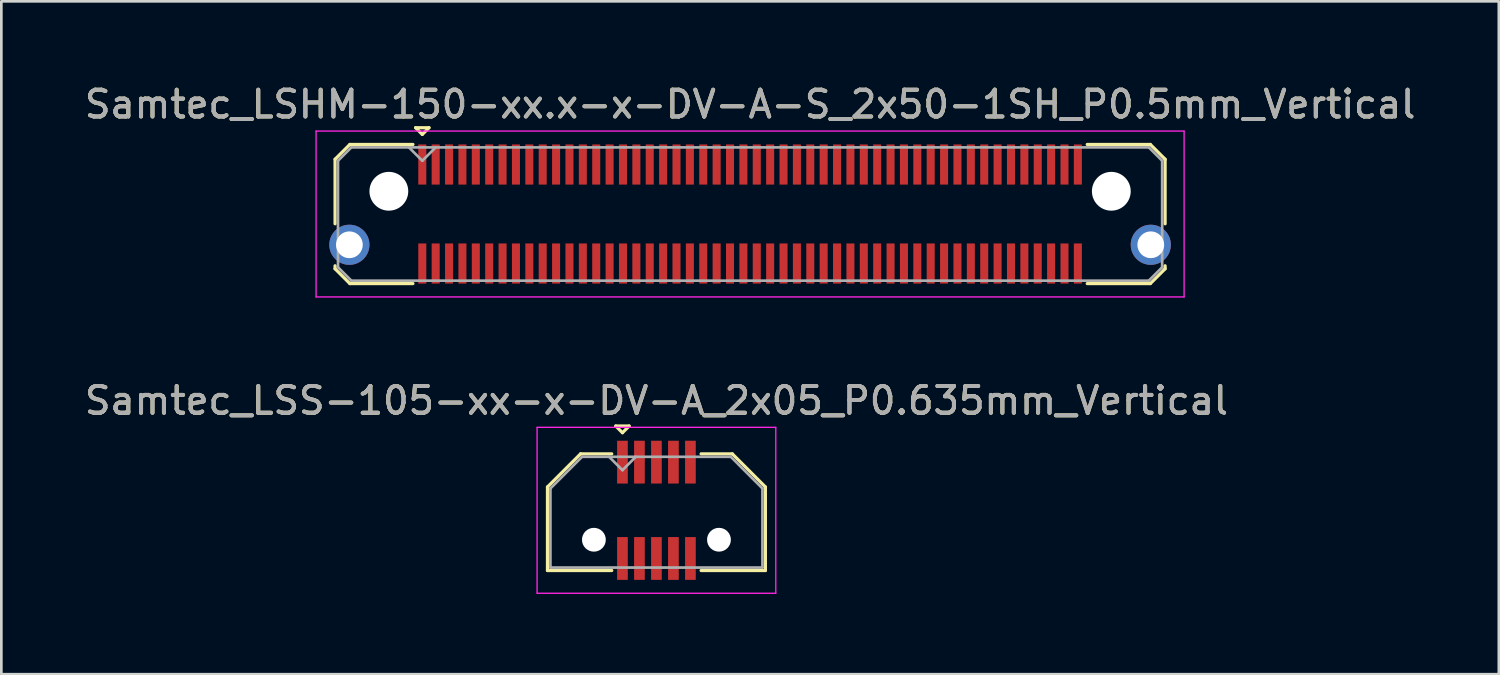
<source format=kicad_pcb>
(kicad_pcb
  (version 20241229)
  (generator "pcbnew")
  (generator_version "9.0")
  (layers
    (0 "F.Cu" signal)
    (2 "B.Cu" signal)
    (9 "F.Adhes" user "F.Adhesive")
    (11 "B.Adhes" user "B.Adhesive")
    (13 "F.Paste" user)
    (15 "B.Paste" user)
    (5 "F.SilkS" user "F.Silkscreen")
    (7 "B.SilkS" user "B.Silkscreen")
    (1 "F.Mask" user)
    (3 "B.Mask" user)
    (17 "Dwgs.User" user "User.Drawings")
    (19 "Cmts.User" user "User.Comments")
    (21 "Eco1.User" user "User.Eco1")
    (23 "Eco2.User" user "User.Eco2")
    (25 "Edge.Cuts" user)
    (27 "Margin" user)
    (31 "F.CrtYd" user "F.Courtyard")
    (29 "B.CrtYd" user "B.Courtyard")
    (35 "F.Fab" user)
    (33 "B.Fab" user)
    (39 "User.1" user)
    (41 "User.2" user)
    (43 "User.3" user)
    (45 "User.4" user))
  (footprint "Samtec_LSS-105-xx-x-DV-A_2x05_P0.635mm_Vertical"
    (layer "F.Cu")
    (at 21.482 16.021)
    (property "Reference" "Samtec_LSS-105-xx-x-DV-A_2x05_P0.635mm_Vertical" (at 0 -4.1 0) (layer "F.SilkS") (effects (font (size 1 1) (thickness 0.15))))
    (attr smd)
    (fp_line (start -4.072 -0.872) (end -4.072 2.25) (stroke (width 0.12) (type solid)) (layer "F.SilkS"))
    (fp_line (start -4.072 2.25) (end -1.67 2.25) (stroke (width 0.12) (type solid)) (layer "F.SilkS"))
    (fp_line (start -2.835 -2.11) (end -4.072 -0.872) (stroke (width 0.12) (type solid)) (layer "F.SilkS"))
    (fp_line (start -1.67 -2.11) (end -2.835 -2.11) (stroke (width 0.12) (type solid)) (layer "F.SilkS"))
    (fp_line (start -1.52 -3.15) (end -1.02 -3.15) (stroke (width 0.12) (type solid)) (layer "F.SilkS"))
    (fp_line (start -1.27 -2.9) (end -1.52 -3.15) (stroke (width 0.12) (type solid)) (layer "F.SilkS"))
    (fp_line (start -1.02 -3.15) (end -1.27 -2.9) (stroke (width 0.12) (type solid)) (layer "F.SilkS"))
    (fp_line (start 1.67 -2.11) (end 2.835 -2.11) (stroke (width 0.12) (type solid)) (layer "F.SilkS"))
    (fp_line (start 2.835 -2.11) (end 4.072 -0.872) (stroke (width 0.12) (type solid)) (layer "F.SilkS"))
    (fp_line (start 4.072 -0.872) (end 4.072 2.25) (stroke (width 0.12) (type solid)) (layer "F.SilkS"))
    (fp_line (start 4.072 2.25) (end 1.67 2.25) (stroke (width 0.12) (type solid)) (layer "F.SilkS"))
    (fp_line (start -4.46 -3.1) (end -4.46 3.1) (stroke (width 0.05) (type solid)) (layer "F.CrtYd"))
    (fp_line (start -4.46 3.1) (end 4.46 3.1) (stroke (width 0.05) (type solid)) (layer "F.CrtYd"))
    (fp_line (start 4.46 -3.1) (end -4.46 -3.1) (stroke (width 0.05) (type solid)) (layer "F.CrtYd"))
    (fp_line (start 4.46 3.1) (end 4.46 -3.1) (stroke (width 0.05) (type solid)) (layer "F.CrtYd"))
    (fp_line (start -3.962 -0.817) (end -3.962 2.14) (stroke (width 0.1) (type solid)) (layer "F.Fab"))
    (fp_line (start -3.962 2.14) (end 3.962 2.14) (stroke (width 0.1) (type solid)) (layer "F.Fab"))
    (fp_line (start -2.78 -2) (end -3.962 -0.817) (stroke (width 0.1) (type solid)) (layer "F.Fab"))
    (fp_line (start -1.27 -1.5) (end -1.77 -2) (stroke (width 0.1) (type solid)) (layer "F.Fab"))
    (fp_line (start -0.77 -2) (end -1.27 -1.5) (stroke (width 0.1) (type solid)) (layer "F.Fab"))
    (fp_line (start 2.78 -2) (end -2.78 -2) (stroke (width 0.1) (type solid)) (layer "F.Fab"))
    (fp_line (start 3.962 -0.817) (end 2.78 -2) (stroke (width 0.1) (type solid)) (layer "F.Fab"))
    (fp_line (start 3.962 2.14) (end 3.962 -0.817) (stroke (width 0.1) (type solid)) (layer "F.Fab"))
    (fp_text user "${REFERENCE}" (at 0 -4.1 0) (layer "F.Fab") (effects (font (size 1 1) (thickness 0.15))))
    (pad "" np_thru_hole circle (at -2.337 1.1) (size 0.89 0.89) (drill 0.89) (layers "*.Cu" "*.Mask"))
    (pad "" np_thru_hole circle (at 2.337 1.1) (size 0.89 0.89) (drill 0.89) (layers "*.Cu" "*.Mask"))
    (pad "1" smd rect (at -1.27 -1.8) (size 0.4 1.6) (layers "F.Cu" "F.Mask" "F.Paste"))
    (pad "2" smd rect (at -1.27 1.8) (size 0.4 1.6) (layers "F.Cu" "F.Mask" "F.Paste"))
    (pad "3" smd rect (at -0.635 -1.8) (size 0.4 1.6) (layers "F.Cu" "F.Mask" "F.Paste"))
    (pad "4" smd rect (at -0.635 1.8) (size 0.4 1.6) (layers "F.Cu" "F.Mask" "F.Paste"))
    (pad "5" smd rect (at 0 -1.8) (size 0.4 1.6) (layers "F.Cu" "F.Mask" "F.Paste"))
    (pad "6" smd rect (at 0 1.8) (size 0.4 1.6) (layers "F.Cu" "F.Mask" "F.Paste"))
    (pad "7" smd rect (at 0.635 -1.8) (size 0.4 1.6) (layers "F.Cu" "F.Mask" "F.Paste"))
    (pad "8" smd rect (at 0.635 1.8) (size 0.4 1.6) (layers "F.Cu" "F.Mask" "F.Paste"))
    (pad "9" smd rect (at 1.27 -1.8) (size 0.4 1.6) (layers "F.Cu" "F.Mask" "F.Paste"))
    (pad "10" smd rect (at 1.27 1.8) (size 0.4 1.6) (layers "F.Cu" "F.Mask" "F.Paste")))
  (footprint "Samtec_LSHM-150-xx.x-x-DV-A-S_2x50-1SH_P0.5mm_Vertical"
    (layer "F.Cu")
    (at 24.982 4.948)
    (property "Reference" "Samtec_LSHM-150-xx.x-x-DV-A-S_2x50-1SH_P0.5mm_Vertical" (at 0 -4.1 0) (layer "F.SilkS") (effects (font (size 1 1) (thickness 0.15))))
    (attr smd)
    (fp_line (start -15.51 -2.047) (end -15.51 0.365) (stroke (width 0.12) (type solid)) (layer "F.SilkS"))
    (fp_line (start -15.51 1.935) (end -15.51 2.047) (stroke (width 0.12) (type solid)) (layer "F.SilkS"))
    (fp_line (start -15.51 2.047) (end -14.957 2.6) (stroke (width 0.12) (type solid)) (layer "F.SilkS"))
    (fp_line (start -14.957 -2.6) (end -15.51 -2.047) (stroke (width 0.12) (type solid)) (layer "F.SilkS"))
    (fp_line (start -14.957 2.6) (end -12.6 2.6) (stroke (width 0.12) (type solid)) (layer "F.SilkS"))
    (fp_line (start -12.6 -2.6) (end -14.957 -2.6) (stroke (width 0.12) (type solid)) (layer "F.SilkS"))
    (fp_line (start -12.5 -3.225) (end -12 -3.225) (stroke (width 0.12) (type solid)) (layer "F.SilkS"))
    (fp_line (start -12.25 -2.975) (end -12.5 -3.225) (stroke (width 0.12) (type solid)) (layer "F.SilkS"))
    (fp_line (start -12 -3.225) (end -12.25 -2.975) (stroke (width 0.12) (type solid)) (layer "F.SilkS"))
    (fp_line (start 12.6 -2.6) (end 14.957 -2.6) (stroke (width 0.12) (type solid)) (layer "F.SilkS"))
    (fp_line (start 14.957 -2.6) (end 15.51 -2.047) (stroke (width 0.12) (type solid)) (layer "F.SilkS"))
    (fp_line (start 14.957 2.6) (end 12.6 2.6) (stroke (width 0.12) (type solid)) (layer "F.SilkS"))
    (fp_line (start 15.51 -2.047) (end 15.51 0.365) (stroke (width 0.12) (type solid)) (layer "F.SilkS"))
    (fp_line (start 15.51 1.935) (end 15.51 2.047) (stroke (width 0.12) (type solid)) (layer "F.SilkS"))
    (fp_line (start 15.51 2.047) (end 14.957 2.6) (stroke (width 0.12) (type solid)) (layer "F.SilkS"))
    (fp_line (start -16.22 -3.1) (end -16.22 3.1) (stroke (width 0.05) (type solid)) (layer "F.CrtYd"))
    (fp_line (start -16.22 3.1) (end 16.22 3.1) (stroke (width 0.05) (type solid)) (layer "F.CrtYd"))
    (fp_line (start 16.22 -3.1) (end -16.22 -3.1) (stroke (width 0.05) (type solid)) (layer "F.CrtYd"))
    (fp_line (start 16.22 3.1) (end 16.22 -3.1) (stroke (width 0.05) (type solid)) (layer "F.CrtYd"))
    (fp_line (start -15.4 -1.992) (end -15.4 1.992) (stroke (width 0.1) (type solid)) (layer "F.Fab"))
    (fp_line (start -15.4 1.992) (end -14.902 2.49) (stroke (width 0.1) (type solid)) (layer "F.Fab"))
    (fp_line (start -14.902 -2.49) (end -15.4 -1.992) (stroke (width 0.1) (type solid)) (layer "F.Fab"))
    (fp_line (start -14.902 2.49) (end 14.902 2.49) (stroke (width 0.1) (type solid)) (layer "F.Fab"))
    (fp_line (start -12.25 -1.99) (end -12.75 -2.49) (stroke (width 0.1) (type solid)) (layer "F.Fab"))
    (fp_line (start -11.75 -2.49) (end -12.25 -1.99) (stroke (width 0.1) (type solid)) (layer "F.Fab"))
    (fp_line (start 14.902 -2.49) (end -14.902 -2.49) (stroke (width 0.1) (type solid)) (layer "F.Fab"))
    (fp_line (start 14.902 2.49) (end 15.4 1.992) (stroke (width 0.1) (type solid)) (layer "F.Fab"))
    (fp_line (start 15.4 -1.992) (end 14.902 -2.49) (stroke (width 0.1) (type solid)) (layer "F.Fab"))
    (fp_line (start 15.4 1.992) (end 15.4 -1.992) (stroke (width 0.1) (type solid)) (layer "F.Fab"))
    (fp_text user "${REFERENCE}" (at 0 -4.1 0) (layer "F.Fab") (effects (font (size 1 1) (thickness 0.15))))
    (pad "" np_thru_hole circle (at -13.5 -0.85) (size 1.45 1.45) (drill 1.45) (layers "*.Cu" "*.Mask"))
    (pad "" np_thru_hole circle (at 13.5 -0.85) (size 1.45 1.45) (drill 1.45) (layers "*.Cu" "*.Mask"))
    (pad "1" smd rect (at -12.25 -1.85) (size 0.3 1.5) (layers "F.Cu" "F.Mask" "F.Paste"))
    (pad "2" smd rect (at -12.25 1.85) (size 0.3 1.5) (layers "F.Cu" "F.Mask" "F.Paste"))
    (pad "3" smd rect (at -11.75 -1.85) (size 0.3 1.5) (layers "F.Cu" "F.Mask" "F.Paste"))
    (pad "4" smd rect (at -11.75 1.85) (size 0.3 1.5) (layers "F.Cu" "F.Mask" "F.Paste"))
    (pad "5" smd rect (at -11.25 -1.85) (size 0.3 1.5) (layers "F.Cu" "F.Mask" "F.Paste"))
    (pad "6" smd rect (at -11.25 1.85) (size 0.3 1.5) (layers "F.Cu" "F.Mask" "F.Paste"))
    (pad "7" smd rect (at -10.75 -1.85) (size 0.3 1.5) (layers "F.Cu" "F.Mask" "F.Paste"))
    (pad "8" smd rect (at -10.75 1.85) (size 0.3 1.5) (layers "F.Cu" "F.Mask" "F.Paste"))
    (pad "9" smd rect (at -10.25 -1.85) (size 0.3 1.5) (layers "F.Cu" "F.Mask" "F.Paste"))
    (pad "10" smd rect (at -10.25 1.85) (size 0.3 1.5) (layers "F.Cu" "F.Mask" "F.Paste"))
    (pad "11" smd rect (at -9.75 -1.85) (size 0.3 1.5) (layers "F.Cu" "F.Mask" "F.Paste"))
    (pad "12" smd rect (at -9.75 1.85) (size 0.3 1.5) (layers "F.Cu" "F.Mask" "F.Paste"))
    (pad "13" smd rect (at -9.25 -1.85) (size 0.3 1.5) (layers "F.Cu" "F.Mask" "F.Paste"))
    (pad "14" smd rect (at -9.25 1.85) (size 0.3 1.5) (layers "F.Cu" "F.Mask" "F.Paste"))
    (pad "15" smd rect (at -8.75 -1.85) (size 0.3 1.5) (layers "F.Cu" "F.Mask" "F.Paste"))
    (pad "16" smd rect (at -8.75 1.85) (size 0.3 1.5) (layers "F.Cu" "F.Mask" "F.Paste"))
    (pad "17" smd rect (at -8.25 -1.85) (size 0.3 1.5) (layers "F.Cu" "F.Mask" "F.Paste"))
    (pad "18" smd rect (at -8.25 1.85) (size 0.3 1.5) (layers "F.Cu" "F.Mask" "F.Paste"))
    (pad "19" smd rect (at -7.75 -1.85) (size 0.3 1.5) (layers "F.Cu" "F.Mask" "F.Paste"))
    (pad "20" smd rect (at -7.75 1.85) (size 0.3 1.5) (layers "F.Cu" "F.Mask" "F.Paste"))
    (pad "21" smd rect (at -7.25 -1.85) (size 0.3 1.5) (layers "F.Cu" "F.Mask" "F.Paste"))
    (pad "22" smd rect (at -7.25 1.85) (size 0.3 1.5) (layers "F.Cu" "F.Mask" "F.Paste"))
    (pad "23" smd rect (at -6.75 -1.85) (size 0.3 1.5) (layers "F.Cu" "F.Mask" "F.Paste"))
    (pad "24" smd rect (at -6.75 1.85) (size 0.3 1.5) (layers "F.Cu" "F.Mask" "F.Paste"))
    (pad "25" smd rect (at -6.25 -1.85) (size 0.3 1.5) (layers "F.Cu" "F.Mask" "F.Paste"))
    (pad "26" smd rect (at -6.25 1.85) (size 0.3 1.5) (layers "F.Cu" "F.Mask" "F.Paste"))
    (pad "27" smd rect (at -5.75 -1.85) (size 0.3 1.5) (layers "F.Cu" "F.Mask" "F.Paste"))
    (pad "28" smd rect (at -5.75 1.85) (size 0.3 1.5) (layers "F.Cu" "F.Mask" "F.Paste"))
    (pad "29" smd rect (at -5.25 -1.85) (size 0.3 1.5) (layers "F.Cu" "F.Mask" "F.Paste"))
    (pad "30" smd rect (at -5.25 1.85) (size 0.3 1.5) (layers "F.Cu" "F.Mask" "F.Paste"))
    (pad "31" smd rect (at -4.75 -1.85) (size 0.3 1.5) (layers "F.Cu" "F.Mask" "F.Paste"))
    (pad "32" smd rect (at -4.75 1.85) (size 0.3 1.5) (layers "F.Cu" "F.Mask" "F.Paste"))
    (pad "33" smd rect (at -4.25 -1.85) (size 0.3 1.5) (layers "F.Cu" "F.Mask" "F.Paste"))
    (pad "34" smd rect (at -4.25 1.85) (size 0.3 1.5) (layers "F.Cu" "F.Mask" "F.Paste"))
    (pad "35" smd rect (at -3.75 -1.85) (size 0.3 1.5) (layers "F.Cu" "F.Mask" "F.Paste"))
    (pad "36" smd rect (at -3.75 1.85) (size 0.3 1.5) (layers "F.Cu" "F.Mask" "F.Paste"))
    (pad "37" smd rect (at -3.25 -1.85) (size 0.3 1.5) (layers "F.Cu" "F.Mask" "F.Paste"))
    (pad "38" smd rect (at -3.25 1.85) (size 0.3 1.5) (layers "F.Cu" "F.Mask" "F.Paste"))
    (pad "39" smd rect (at -2.75 -1.85) (size 0.3 1.5) (layers "F.Cu" "F.Mask" "F.Paste"))
    (pad "40" smd rect (at -2.75 1.85) (size 0.3 1.5) (layers "F.Cu" "F.Mask" "F.Paste"))
    (pad "41" smd rect (at -2.25 -1.85) (size 0.3 1.5) (layers "F.Cu" "F.Mask" "F.Paste"))
    (pad "42" smd rect (at -2.25 1.85) (size 0.3 1.5) (layers "F.Cu" "F.Mask" "F.Paste"))
    (pad "43" smd rect (at -1.75 -1.85) (size 0.3 1.5) (layers "F.Cu" "F.Mask" "F.Paste"))
    (pad "44" smd rect (at -1.75 1.85) (size 0.3 1.5) (layers "F.Cu" "F.Mask" "F.Paste"))
    (pad "45" smd rect (at -1.25 -1.85) (size 0.3 1.5) (layers "F.Cu" "F.Mask" "F.Paste"))
    (pad "46" smd rect (at -1.25 1.85) (size 0.3 1.5) (layers "F.Cu" "F.Mask" "F.Paste"))
    (pad "47" smd rect (at -0.75 -1.85) (size 0.3 1.5) (layers "F.Cu" "F.Mask" "F.Paste"))
    (pad "48" smd rect (at -0.75 1.85) (size 0.3 1.5) (layers "F.Cu" "F.Mask" "F.Paste"))
    (pad "49" smd rect (at -0.25 -1.85) (size 0.3 1.5) (layers "F.Cu" "F.Mask" "F.Paste"))
    (pad "50" smd rect (at -0.25 1.85) (size 0.3 1.5) (layers "F.Cu" "F.Mask" "F.Paste"))
    (pad "51" smd rect (at 0.25 -1.85) (size 0.3 1.5) (layers "F.Cu" "F.Mask" "F.Paste"))
    (pad "52" smd rect (at 0.25 1.85) (size 0.3 1.5) (layers "F.Cu" "F.Mask" "F.Paste"))
    (pad "53" smd rect (at 0.75 -1.85) (size 0.3 1.5) (layers "F.Cu" "F.Mask" "F.Paste"))
    (pad "54" smd rect (at 0.75 1.85) (size 0.3 1.5) (layers "F.Cu" "F.Mask" "F.Paste"))
    (pad "55" smd rect (at 1.25 -1.85) (size 0.3 1.5) (layers "F.Cu" "F.Mask" "F.Paste"))
    (pad "56" smd rect (at 1.25 1.85) (size 0.3 1.5) (layers "F.Cu" "F.Mask" "F.Paste"))
    (pad "57" smd rect (at 1.75 -1.85) (size 0.3 1.5) (layers "F.Cu" "F.Mask" "F.Paste"))
    (pad "58" smd rect (at 1.75 1.85) (size 0.3 1.5) (layers "F.Cu" "F.Mask" "F.Paste"))
    (pad "59" smd rect (at 2.25 -1.85) (size 0.3 1.5) (layers "F.Cu" "F.Mask" "F.Paste"))
    (pad "60" smd rect (at 2.25 1.85) (size 0.3 1.5) (layers "F.Cu" "F.Mask" "F.Paste"))
    (pad "61" smd rect (at 2.75 -1.85) (size 0.3 1.5) (layers "F.Cu" "F.Mask" "F.Paste"))
    (pad "62" smd rect (at 2.75 1.85) (size 0.3 1.5) (layers "F.Cu" "F.Mask" "F.Paste"))
    (pad "63" smd rect (at 3.25 -1.85) (size 0.3 1.5) (layers "F.Cu" "F.Mask" "F.Paste"))
    (pad "64" smd rect (at 3.25 1.85) (size 0.3 1.5) (layers "F.Cu" "F.Mask" "F.Paste"))
    (pad "65" smd rect (at 3.75 -1.85) (size 0.3 1.5) (layers "F.Cu" "F.Mask" "F.Paste"))
    (pad "66" smd rect (at 3.75 1.85) (size 0.3 1.5) (layers "F.Cu" "F.Mask" "F.Paste"))
    (pad "67" smd rect (at 4.25 -1.85) (size 0.3 1.5) (layers "F.Cu" "F.Mask" "F.Paste"))
    (pad "68" smd rect (at 4.25 1.85) (size 0.3 1.5) (layers "F.Cu" "F.Mask" "F.Paste"))
    (pad "69" smd rect (at 4.75 -1.85) (size 0.3 1.5) (layers "F.Cu" "F.Mask" "F.Paste"))
    (pad "70" smd rect (at 4.75 1.85) (size 0.3 1.5) (layers "F.Cu" "F.Mask" "F.Paste"))
    (pad "71" smd rect (at 5.25 -1.85) (size 0.3 1.5) (layers "F.Cu" "F.Mask" "F.Paste"))
    (pad "72" smd rect (at 5.25 1.85) (size 0.3 1.5) (layers "F.Cu" "F.Mask" "F.Paste"))
    (pad "73" smd rect (at 5.75 -1.85) (size 0.3 1.5) (layers "F.Cu" "F.Mask" "F.Paste"))
    (pad "74" smd rect (at 5.75 1.85) (size 0.3 1.5) (layers "F.Cu" "F.Mask" "F.Paste"))
    (pad "75" smd rect (at 6.25 -1.85) (size 0.3 1.5) (layers "F.Cu" "F.Mask" "F.Paste"))
    (pad "76" smd rect (at 6.25 1.85) (size 0.3 1.5) (layers "F.Cu" "F.Mask" "F.Paste"))
    (pad "77" smd rect (at 6.75 -1.85) (size 0.3 1.5) (layers "F.Cu" "F.Mask" "F.Paste"))
    (pad "78" smd rect (at 6.75 1.85) (size 0.3 1.5) (layers "F.Cu" "F.Mask" "F.Paste"))
    (pad "79" smd rect (at 7.25 -1.85) (size 0.3 1.5) (layers "F.Cu" "F.Mask" "F.Paste"))
    (pad "80" smd rect (at 7.25 1.85) (size 0.3 1.5) (layers "F.Cu" "F.Mask" "F.Paste"))
    (pad "81" smd rect (at 7.75 -1.85) (size 0.3 1.5) (layers "F.Cu" "F.Mask" "F.Paste"))
    (pad "82" smd rect (at 7.75 1.85) (size 0.3 1.5) (layers "F.Cu" "F.Mask" "F.Paste"))
    (pad "83" smd rect (at 8.25 -1.85) (size 0.3 1.5) (layers "F.Cu" "F.Mask" "F.Paste"))
    (pad "84" smd rect (at 8.25 1.85) (size 0.3 1.5) (layers "F.Cu" "F.Mask" "F.Paste"))
    (pad "85" smd rect (at 8.75 -1.85) (size 0.3 1.5) (layers "F.Cu" "F.Mask" "F.Paste"))
    (pad "86" smd rect (at 8.75 1.85) (size 0.3 1.5) (layers "F.Cu" "F.Mask" "F.Paste"))
    (pad "87" smd rect (at 9.25 -1.85) (size 0.3 1.5) (layers "F.Cu" "F.Mask" "F.Paste"))
    (pad "88" smd rect (at 9.25 1.85) (size 0.3 1.5) (layers "F.Cu" "F.Mask" "F.Paste"))
    (pad "89" smd rect (at 9.75 -1.85) (size 0.3 1.5) (layers "F.Cu" "F.Mask" "F.Paste"))
    (pad "90" smd rect (at 9.75 1.85) (size 0.3 1.5) (layers "F.Cu" "F.Mask" "F.Paste"))
    (pad "91" smd rect (at 10.25 -1.85) (size 0.3 1.5) (layers "F.Cu" "F.Mask" "F.Paste"))
    (pad "92" smd rect (at 10.25 1.85) (size 0.3 1.5) (layers "F.Cu" "F.Mask" "F.Paste"))
    (pad "93" smd rect (at 10.75 -1.85) (size 0.3 1.5) (layers "F.Cu" "F.Mask" "F.Paste"))
    (pad "94" smd rect (at 10.75 1.85) (size 0.3 1.5) (layers "F.Cu" "F.Mask" "F.Paste"))
    (pad "95" smd rect (at 11.25 -1.85) (size 0.3 1.5) (layers "F.Cu" "F.Mask" "F.Paste"))
    (pad "96" smd rect (at 11.25 1.85) (size 0.3 1.5) (layers "F.Cu" "F.Mask" "F.Paste"))
    (pad "97" smd rect (at 11.75 -1.85) (size 0.3 1.5) (layers "F.Cu" "F.Mask" "F.Paste"))
    (pad "98" smd rect (at 11.75 1.85) (size 0.3 1.5) (layers "F.Cu" "F.Mask" "F.Paste"))
    (pad "99" smd rect (at 12.25 -1.85) (size 0.3 1.5) (layers "F.Cu" "F.Mask" "F.Paste"))
    (pad "100" smd rect (at 12.25 1.85) (size 0.3 1.5) (layers "F.Cu" "F.Mask" "F.Paste"))
    (pad "SH" thru_hole circle (at -14.975 1.15) (size 1.5 1.5) (drill 1) (layers "*.Cu" "*.Mask"))
    (pad "SH" thru_hole circle (at 14.975 1.15) (size 1.5 1.5) (drill 1) (layers "*.Cu" "*.Mask")))
  (gr_rect
    (start -3 -3)
    (end 52.964 22.146)
    (stroke (width 0.1) (type default))
    (fill no)
    (layer "Edge.Cuts")))
</source>
